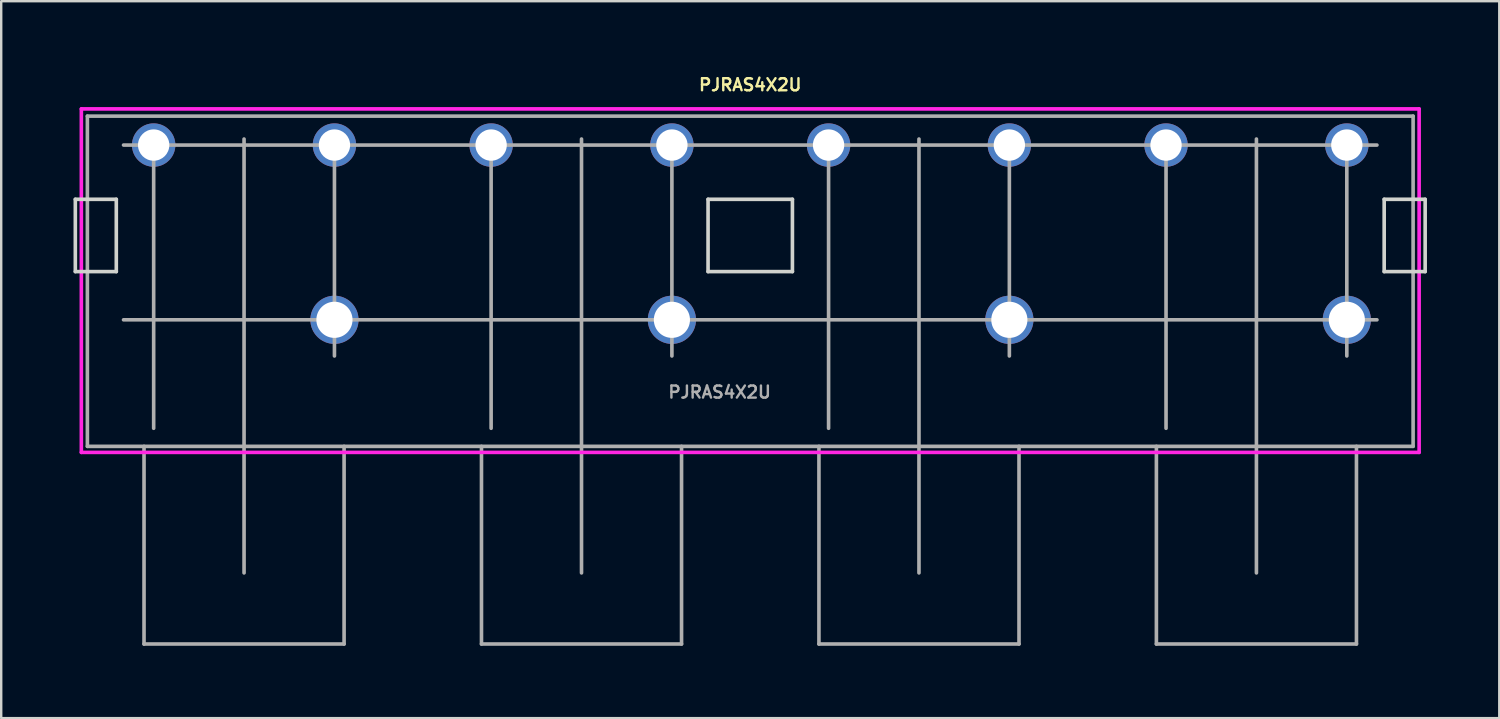
<source format=kicad_pcb>
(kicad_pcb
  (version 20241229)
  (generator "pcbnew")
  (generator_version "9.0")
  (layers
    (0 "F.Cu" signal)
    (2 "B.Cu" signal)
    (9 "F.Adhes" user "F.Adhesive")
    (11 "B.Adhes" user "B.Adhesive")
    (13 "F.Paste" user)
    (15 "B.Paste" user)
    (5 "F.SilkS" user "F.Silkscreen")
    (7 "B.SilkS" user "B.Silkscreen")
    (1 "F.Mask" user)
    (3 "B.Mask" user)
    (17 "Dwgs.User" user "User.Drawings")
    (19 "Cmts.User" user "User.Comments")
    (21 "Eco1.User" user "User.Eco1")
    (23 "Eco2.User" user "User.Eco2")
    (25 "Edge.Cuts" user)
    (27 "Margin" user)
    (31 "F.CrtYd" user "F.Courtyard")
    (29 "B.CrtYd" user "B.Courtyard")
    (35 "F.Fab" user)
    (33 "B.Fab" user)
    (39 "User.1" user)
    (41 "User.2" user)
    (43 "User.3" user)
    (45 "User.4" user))
  (footprint "PJRAS4X2U"
    (layer "F.Cu")
    (at 28.075 6.718)
    (property "Reference" "PJRAS4X2U" (at 0 -6.25 0) (layer "F.SilkS") (effects (font (size 0.5 0.5) (thickness 0.1))))
    (attr smd)
    (fp_line (start -28 -1.5) (end -26.3 -1.5) (stroke (width 0.15) (type solid)) (layer "Edge.Cuts"))
    (fp_line (start -28 1.5) (end -28 -1.5) (stroke (width 0.15) (type solid)) (layer "Edge.Cuts"))
    (fp_line (start -28 1.5) (end -26.3 1.5) (stroke (width 0.15) (type solid)) (layer "Edge.Cuts"))
    (fp_line (start -26.3 1.5) (end -26.3 -1.5) (stroke (width 0.15) (type solid)) (layer "Edge.Cuts"))
    (fp_line (start -1.75 -1.5) (end 1.75 -1.5) (stroke (width 0.15) (type solid)) (layer "Edge.Cuts"))
    (fp_line (start -1.75 1.5) (end -1.75 -1.5) (stroke (width 0.15) (type solid)) (layer "Edge.Cuts"))
    (fp_line (start 1.75 -1.5) (end 1.75 1.5) (stroke (width 0.15) (type solid)) (layer "Edge.Cuts"))
    (fp_line (start 1.75 1.5) (end -1.75 1.5) (stroke (width 0.15) (type solid)) (layer "Edge.Cuts"))
    (fp_line (start 26.3 -1.5) (end 28 -1.5) (stroke (width 0.15) (type solid)) (layer "Edge.Cuts"))
    (fp_line (start 26.3 1.5) (end 26.3 -1.5) (stroke (width 0.15) (type solid)) (layer "Edge.Cuts"))
    (fp_line (start 26.3 1.5) (end 28 1.5) (stroke (width 0.15) (type solid)) (layer "Edge.Cuts"))
    (fp_line (start 28 1.5) (end 28 -1.5) (stroke (width 0.15) (type solid)) (layer "Edge.Cuts"))
    (fp_line (start -27.75 -5.25) (end 27.75 -5.25) (stroke (width 0.15) (type solid)) (layer "F.CrtYd"))
    (fp_line (start -27.75 9) (end -27.75 -5.25) (stroke (width 0.15) (type solid)) (layer "F.CrtYd"))
    (fp_line (start 27.75 -5.25) (end 27.75 9) (stroke (width 0.15) (type solid)) (layer "F.CrtYd"))
    (fp_line (start 27.75 9) (end -27.75 9) (stroke (width 0.15) (type solid)) (layer "F.CrtYd"))
    (fp_line (start -27.5 8.75) (end -27.5 -4.95) (stroke (width 0.15) (type solid)) (layer "F.Fab"))
    (fp_line (start -25.15 8.75) (end -25.15 16.95) (stroke (width 0.15) (type solid)) (layer "F.Fab"))
    (fp_line (start -25.15 16.95) (end -16.85 16.95) (stroke (width 0.15) (type solid)) (layer "F.Fab"))
    (fp_line (start -24.75 -4) (end -24.75 8) (stroke (width 0.15) (type solid)) (layer "F.Fab"))
    (fp_line (start -21 -4) (end -21 14) (stroke (width 0.15) (type solid)) (layer "F.Fab"))
    (fp_line (start -17.25 -4) (end -17.25 5) (stroke (width 0.15) (type solid)) (layer "F.Fab"))
    (fp_line (start -16.85 8.75) (end -16.85 16.95) (stroke (width 0.15) (type solid)) (layer "F.Fab"))
    (fp_line (start -11.15 8.75) (end -11.15 16.95) (stroke (width 0.15) (type solid)) (layer "F.Fab"))
    (fp_line (start -11.15 16.95) (end -2.85 16.95) (stroke (width 0.15) (type solid)) (layer "F.Fab"))
    (fp_line (start -10.75 -4) (end -10.75 8) (stroke (width 0.15) (type solid)) (layer "F.Fab"))
    (fp_line (start -7 14) (end -7 -4) (stroke (width 0.15) (type solid)) (layer "F.Fab"))
    (fp_line (start -3.25 -4) (end -3.25 5) (stroke (width 0.15) (type solid)) (layer "F.Fab"))
    (fp_line (start -2.85 8.75) (end -2.85 16.95) (stroke (width 0.15) (type solid)) (layer "F.Fab"))
    (fp_line (start 2.85 8.75) (end 2.85 16.95) (stroke (width 0.15) (type solid)) (layer "F.Fab"))
    (fp_line (start 2.85 16.95) (end 11.15 16.95) (stroke (width 0.15) (type solid)) (layer "F.Fab"))
    (fp_line (start 3.25 -4) (end 3.25 8) (stroke (width 0.15) (type solid)) (layer "F.Fab"))
    (fp_line (start 7 -4) (end 7 14) (stroke (width 0.15) (type solid)) (layer "F.Fab"))
    (fp_line (start 10.75 -4) (end 10.75 5) (stroke (width 0.15) (type solid)) (layer "F.Fab"))
    (fp_line (start 11.15 8.75) (end 11.15 16.95) (stroke (width 0.15) (type solid)) (layer "F.Fab"))
    (fp_line (start 16.85 8.75) (end 16.85 16.95) (stroke (width 0.15) (type solid)) (layer "F.Fab"))
    (fp_line (start 16.85 16.95) (end 25.15 16.95) (stroke (width 0.15) (type solid)) (layer "F.Fab"))
    (fp_line (start 17.25 -4) (end 17.25 8) (stroke (width 0.15) (type solid)) (layer "F.Fab"))
    (fp_line (start 21 -4) (end 21 14) (stroke (width 0.15) (type solid)) (layer "F.Fab"))
    (fp_line (start 24.75 -4) (end 24.75 5) (stroke (width 0.15) (type solid)) (layer "F.Fab"))
    (fp_line (start 25.15 8.75) (end 25.15 16.95) (stroke (width 0.15) (type solid)) (layer "F.Fab"))
    (fp_line (start 26 -3.75) (end -26 -3.75) (stroke (width 0.15) (type solid)) (layer "F.Fab"))
    (fp_line (start 26 3.5) (end -26 3.5) (stroke (width 0.15) (type solid)) (layer "F.Fab"))
    (fp_line (start 27.5 -4.95) (end -27.5 -4.95) (stroke (width 0.15) (type solid)) (layer "F.Fab"))
    (fp_line (start 27.5 8.75) (end -27.5 8.75) (stroke (width 0.15) (type solid)) (layer "F.Fab"))
    (fp_line (start 27.5 8.75) (end 27.5 -4.95) (stroke (width 0.15) (type solid)) (layer "F.Fab"))
    (fp_text user "${REFERENCE}" (at -1.27 6.5 0) (layer "F.Fab") (effects (font (size 0.5 0.5) (thickness 0.1))))
    (pad "1G" thru_hole circle (at -17.25 3.5) (size 2 2) (drill 1.5) (layers "*.Cu" "*.Mask"))
    (pad "2G" thru_hole circle (at -3.25 3.5) (size 2 2) (drill 1.5) (layers "*.Cu" "*.Mask"))
    (pad "3G" thru_hole circle (at 10.75 3.5) (size 2 2) (drill 1.5) (layers "*.Cu" "*.Mask"))
    (pad "4G" thru_hole circle (at 24.75 3.5) (size 2 2) (drill 1.5) (layers "*.Cu" "*.Mask"))
    (pad "A" thru_hole circle (at -17.25 -3.75) (size 1.8 1.8) (drill 1.3) (layers "*.Cu" "*.Mask"))
    (pad "B" thru_hole circle (at -3.25 -3.75) (size 1.8 1.8) (drill 1.3) (layers "*.Cu" "*.Mask"))
    (pad "C" thru_hole circle (at 10.75 -3.75) (size 1.8 1.8) (drill 1.3) (layers "*.Cu" "*.Mask"))
    (pad "D" thru_hole circle (at 24.75 -3.75) (size 1.8 1.8) (drill 1.3) (layers "*.Cu" "*.Mask"))
    (pad "E" thru_hole circle (at -24.75 -3.75) (size 1.8 1.8) (drill 1.3) (layers "*.Cu" "*.Mask"))
    (pad "F" thru_hole circle (at -10.75 -3.75) (size 1.8 1.8) (drill 1.3) (layers "*.Cu" "*.Mask"))
    (pad "G" thru_hole circle (at 3.25 -3.75) (size 1.8 1.8) (drill 1.3) (layers "*.Cu" "*.Mask"))
    (pad "H" thru_hole circle (at 17.25 -3.75) (size 1.8 1.8) (drill 1.3) (layers "*.Cu" "*.Mask")))
  (gr_rect
    (start -3 -3)
    (end 59.15 26.743)
    (stroke (width 0.1) (type default))
    (fill no)
    (layer "Edge.Cuts")))
</source>
